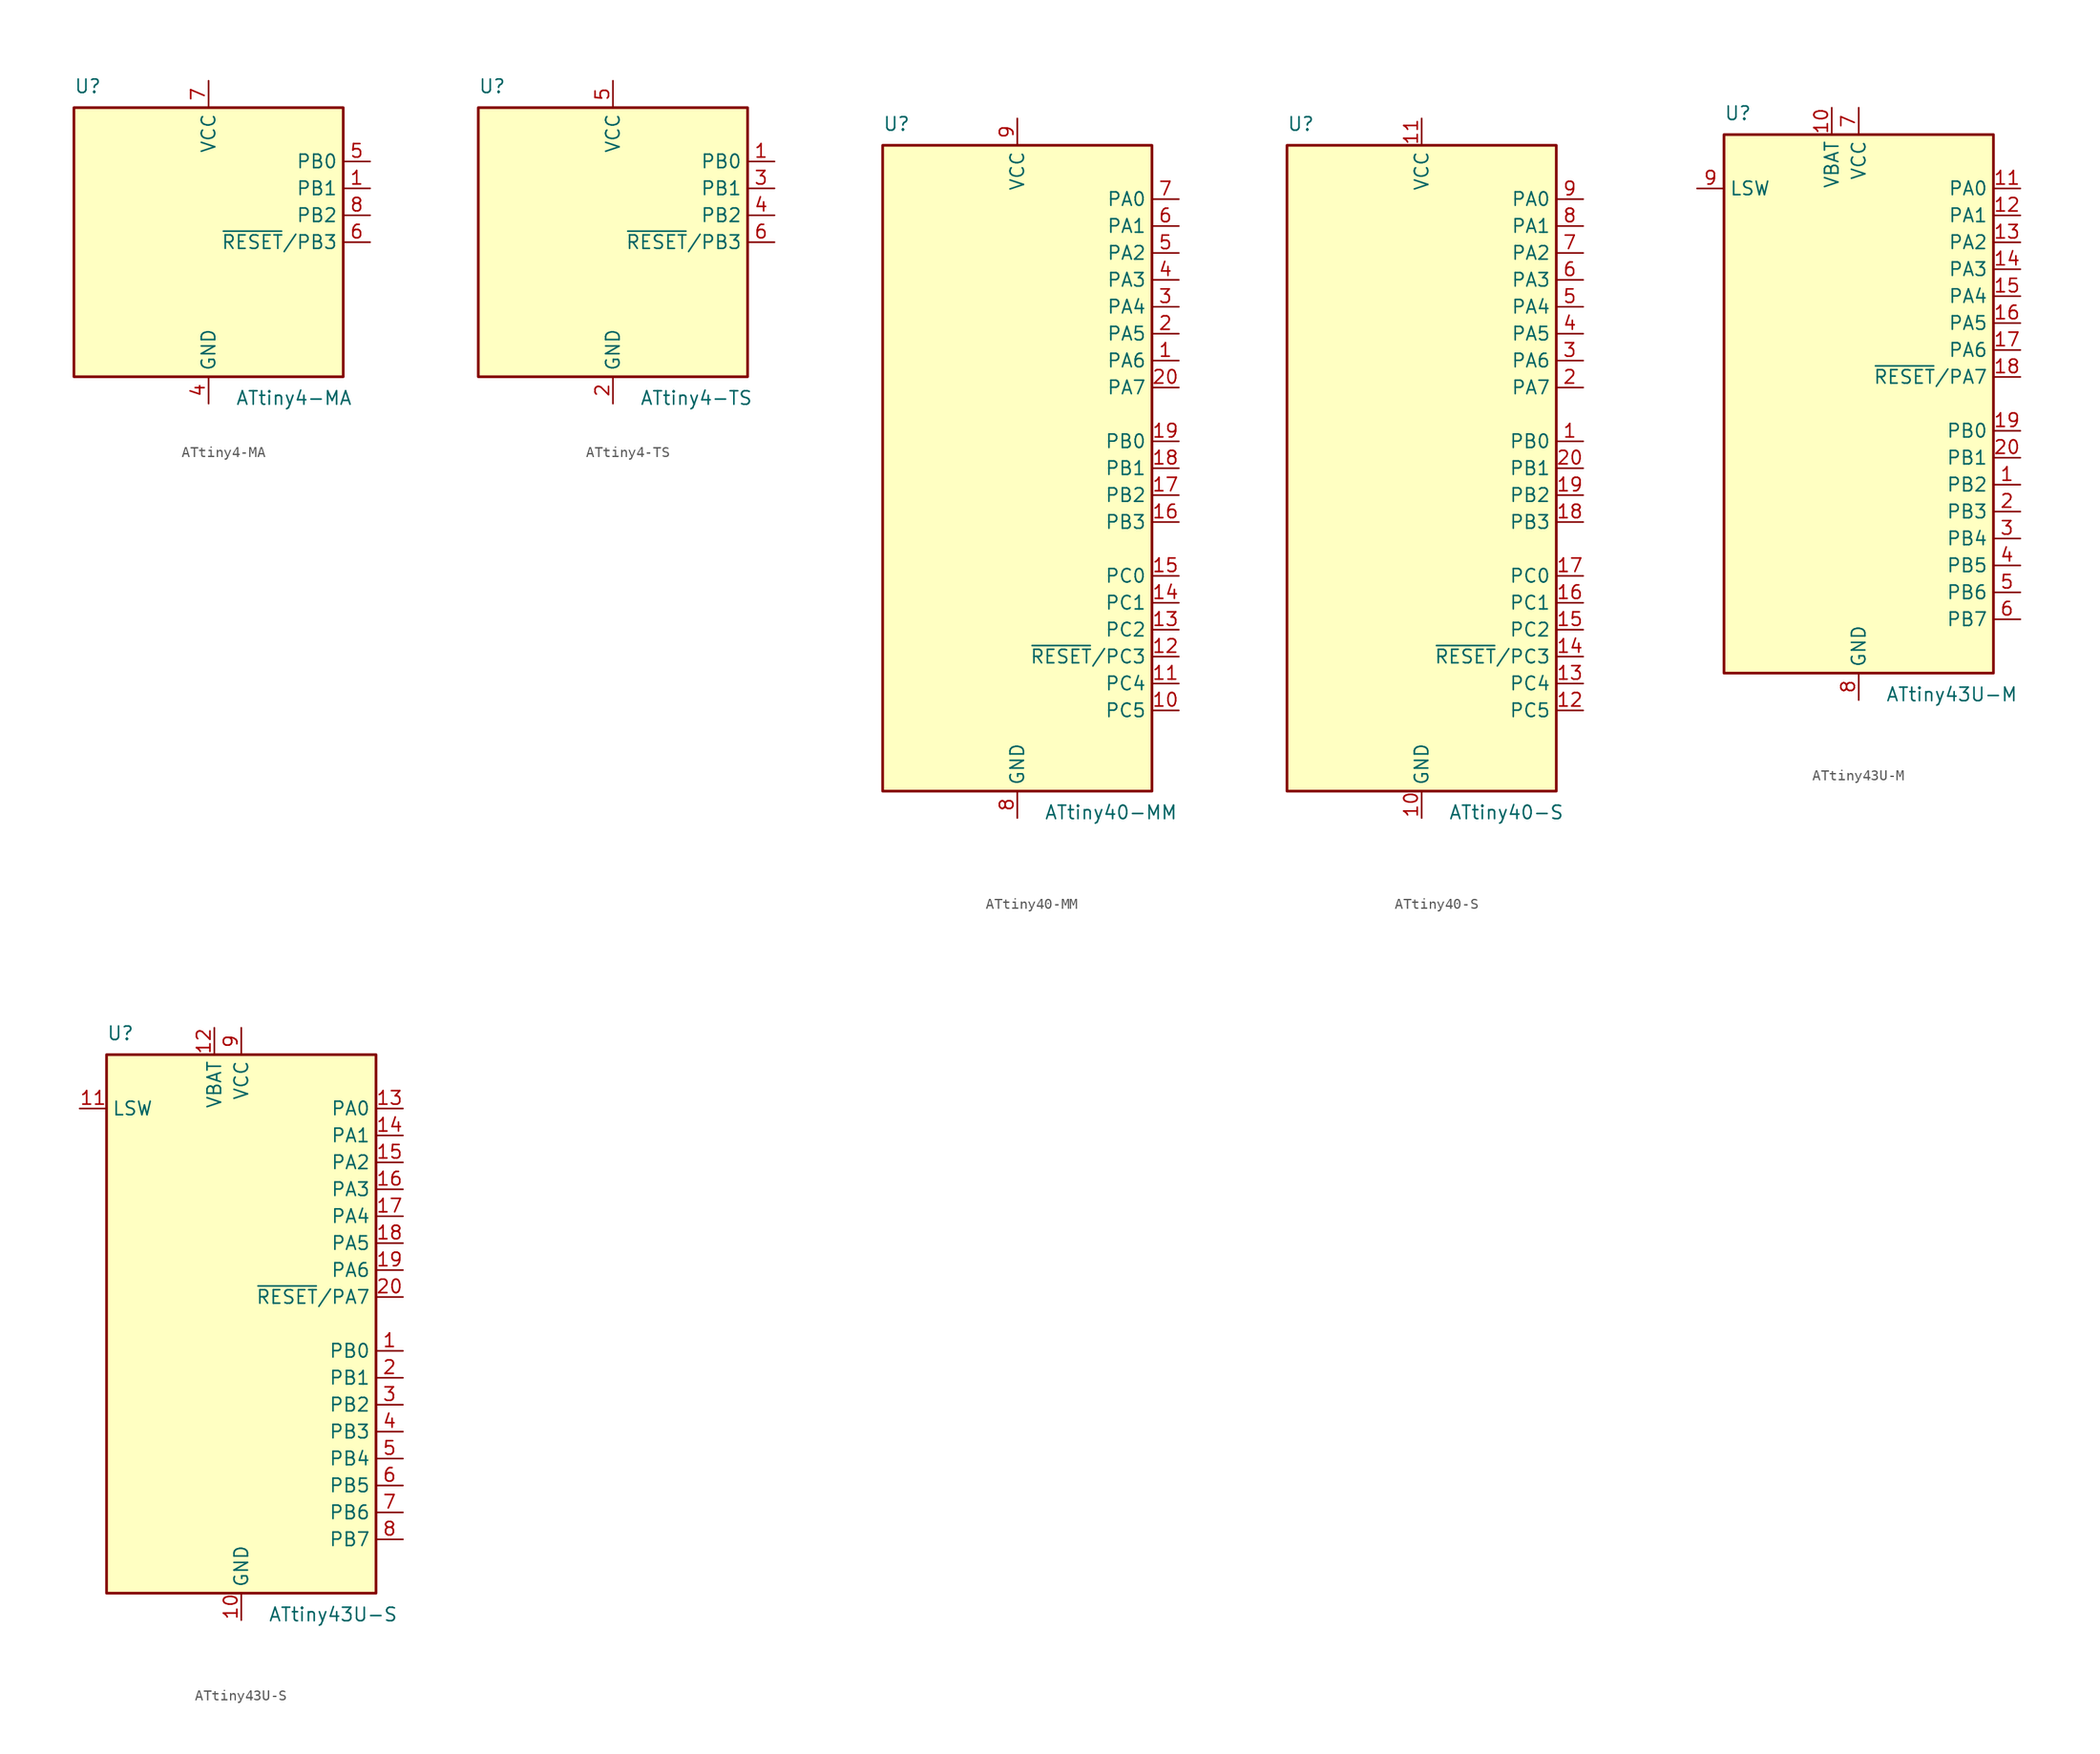
<source format=kicad_sym>
(kicad_symbol_lib
  (version 20241209)
  (generator "kicad_symbol_editor")
  (generator_version "9.0")
  (symbol "ATtiny4-MA"
    (property "Reference" "U"
      (at -12.7 13.97 0)
      (effects (font (size 1.27 1.27)) (justify left bottom)))
    (property "Value" "ATtiny4-MA"
      (at 2.54 -13.97 0)
      (effects (font (size 1.27 1.27)) (justify left top)))
    (symbol "ATtiny4-MA_0_1"
      (rectangle (start -12.7 -12.7) (end 12.7 12.7) (stroke (width 0.254) (type default)) (fill (type background))))
    (symbol "ATtiny4-MA_1_1"
      (pin no_connect line (at -12.7 7.62 0) (length 2.54) (hide yes) (name "NC" (effects (font (size 1.27 1.27)))) (number "2" (effects (font (size 1.27 1.27)))))
      (pin no_connect line (at -12.7 5.08 0) (length 2.54) (hide yes) (name "NC" (effects (font (size 1.27 1.27)))) (number "3" (effects (font (size 1.27 1.27)))))
      (pin power_in line (at 0 15.24 270) (length 2.54) (name "VCC" (effects (font (size 1.27 1.27)))) (number "7" (effects (font (size 1.27 1.27)))))
      (pin power_in line (at 0 -15.24 90) (length 2.54) (name "GND" (effects (font (size 1.27 1.27)))) (number "4" (effects (font (size 1.27 1.27)))))
      (pin bidirectional line (at 15.24 7.62 180) (length 2.54) (name "PB0" (effects (font (size 1.27 1.27)))) (number "5" (effects (font (size 1.27 1.27)))))
      (pin bidirectional line (at 15.24 5.08 180) (length 2.54) (name "PB1" (effects (font (size 1.27 1.27)))) (number "1" (effects (font (size 1.27 1.27)))))
      (pin bidirectional line (at 15.24 2.54 180) (length 2.54) (name "PB2" (effects (font (size 1.27 1.27)))) (number "8" (effects (font (size 1.27 1.27)))))
      (pin bidirectional line (at 15.24 0 180) (length 2.54) (name "~{RESET}/PB3" (effects (font (size 1.27 1.27)))) (number "6" (effects (font (size 1.27 1.27)))))))
  (symbol "ATtiny4-TS"
    (property "Reference" "U"
      (at -12.7 13.97 0)
      (effects (font (size 1.27 1.27)) (justify left bottom)))
    (property "Value" "ATtiny4-TS"
      (at 2.54 -13.97 0)
      (effects (font (size 1.27 1.27)) (justify left top)))
    (symbol "ATtiny4-TS_0_1"
      (rectangle (start -12.7 -12.7) (end 12.7 12.7) (stroke (width 0.254) (type default)) (fill (type background))))
    (symbol "ATtiny4-TS_1_1"
      (pin power_in line (at 0 15.24 270) (length 2.54) (name "VCC" (effects (font (size 1.27 1.27)))) (number "5" (effects (font (size 1.27 1.27)))))
      (pin power_in line (at 0 -15.24 90) (length 2.54) (name "GND" (effects (font (size 1.27 1.27)))) (number "2" (effects (font (size 1.27 1.27)))))
      (pin bidirectional line (at 15.24 7.62 180) (length 2.54) (name "PB0" (effects (font (size 1.27 1.27)))) (number "1" (effects (font (size 1.27 1.27)))))
      (pin bidirectional line (at 15.24 5.08 180) (length 2.54) (name "PB1" (effects (font (size 1.27 1.27)))) (number "3" (effects (font (size 1.27 1.27)))))
      (pin bidirectional line (at 15.24 2.54 180) (length 2.54) (name "PB2" (effects (font (size 1.27 1.27)))) (number "4" (effects (font (size 1.27 1.27)))))
      (pin bidirectional line (at 15.24 0 180) (length 2.54) (name "~{RESET}/PB3" (effects (font (size 1.27 1.27)))) (number "6" (effects (font (size 1.27 1.27)))))))
  (symbol "ATtiny40-MM"
    (property "Reference" "U"
      (at -12.7 31.75 0)
      (effects (font (size 1.27 1.27)) (justify left bottom)))
    (property "Value" "ATtiny40-MM"
      (at 2.54 -31.75 0)
      (effects (font (size 1.27 1.27)) (justify left top)))
    (symbol "ATtiny40-MM_0_1"
      (rectangle (start -12.7 -30.48) (end 12.7 30.48) (stroke (width 0.254) (type default)) (fill (type background))))
    (symbol "ATtiny40-MM_1_1"
      (pin power_in line (at 0 33.02 270) (length 2.54) (name "VCC" (effects (font (size 1.27 1.27)))) (number "9" (effects (font (size 1.27 1.27)))))
      (pin passive line (at 0 -33.02 90) (length 2.54) (hide yes) (name "GND" (effects (font (size 1.27 1.27)))) (number "21" (effects (font (size 1.27 1.27)))))
      (pin power_in line (at 0 -33.02 90) (length 2.54) (name "GND" (effects (font (size 1.27 1.27)))) (number "8" (effects (font (size 1.27 1.27)))))
      (pin bidirectional line (at 15.24 25.4 180) (length 2.54) (name "PA0" (effects (font (size 1.27 1.27)))) (number "7" (effects (font (size 1.27 1.27)))))
      (pin bidirectional line (at 15.24 22.86 180) (length 2.54) (name "PA1" (effects (font (size 1.27 1.27)))) (number "6" (effects (font (size 1.27 1.27)))))
      (pin bidirectional line (at 15.24 20.32 180) (length 2.54) (name "PA2" (effects (font (size 1.27 1.27)))) (number "5" (effects (font (size 1.27 1.27)))))
      (pin bidirectional line (at 15.24 17.78 180) (length 2.54) (name "PA3" (effects (font (size 1.27 1.27)))) (number "4" (effects (font (size 1.27 1.27)))))
      (pin bidirectional line (at 15.24 15.24 180) (length 2.54) (name "PA4" (effects (font (size 1.27 1.27)))) (number "3" (effects (font (size 1.27 1.27)))))
      (pin bidirectional line (at 15.24 12.7 180) (length 2.54) (name "PA5" (effects (font (size 1.27 1.27)))) (number "2" (effects (font (size 1.27 1.27)))))
      (pin bidirectional line (at 15.24 10.16 180) (length 2.54) (name "PA6" (effects (font (size 1.27 1.27)))) (number "1" (effects (font (size 1.27 1.27)))))
      (pin bidirectional line (at 15.24 7.62 180) (length 2.54) (name "PA7" (effects (font (size 1.27 1.27)))) (number "20" (effects (font (size 1.27 1.27)))))
      (pin bidirectional line (at 15.24 2.54 180) (length 2.54) (name "PB0" (effects (font (size 1.27 1.27)))) (number "19" (effects (font (size 1.27 1.27)))))
      (pin bidirectional line (at 15.24 0 180) (length 2.54) (name "PB1" (effects (font (size 1.27 1.27)))) (number "18" (effects (font (size 1.27 1.27)))))
      (pin bidirectional line (at 15.24 -2.54 180) (length 2.54) (name "PB2" (effects (font (size 1.27 1.27)))) (number "17" (effects (font (size 1.27 1.27)))))
      (pin bidirectional line (at 15.24 -5.08 180) (length 2.54) (name "PB3" (effects (font (size 1.27 1.27)))) (number "16" (effects (font (size 1.27 1.27)))))
      (pin bidirectional line (at 15.24 -10.16 180) (length 2.54) (name "PC0" (effects (font (size 1.27 1.27)))) (number "15" (effects (font (size 1.27 1.27)))))
      (pin bidirectional line (at 15.24 -12.7 180) (length 2.54) (name "PC1" (effects (font (size 1.27 1.27)))) (number "14" (effects (font (size 1.27 1.27)))))
      (pin bidirectional line (at 15.24 -15.24 180) (length 2.54) (name "PC2" (effects (font (size 1.27 1.27)))) (number "13" (effects (font (size 1.27 1.27)))))
      (pin bidirectional line (at 15.24 -17.78 180) (length 2.54) (name "~{RESET}/PC3" (effects (font (size 1.27 1.27)))) (number "12" (effects (font (size 1.27 1.27)))))
      (pin bidirectional line (at 15.24 -20.32 180) (length 2.54) (name "PC4" (effects (font (size 1.27 1.27)))) (number "11" (effects (font (size 1.27 1.27)))))
      (pin bidirectional line (at 15.24 -22.86 180) (length 2.54) (name "PC5" (effects (font (size 1.27 1.27)))) (number "10" (effects (font (size 1.27 1.27)))))))
  (symbol "ATtiny40-S"
    (property "Reference" "U"
      (at -12.7 31.75 0)
      (effects (font (size 1.27 1.27)) (justify left bottom)))
    (property "Value" "ATtiny40-S"
      (at 2.54 -31.75 0)
      (effects (font (size 1.27 1.27)) (justify left top)))
    (symbol "ATtiny40-S_0_1"
      (rectangle (start -12.7 -30.48) (end 12.7 30.48) (stroke (width 0.254) (type default)) (fill (type background))))
    (symbol "ATtiny40-S_1_1"
      (pin power_in line (at 0 33.02 270) (length 2.54) (name "VCC" (effects (font (size 1.27 1.27)))) (number "11" (effects (font (size 1.27 1.27)))))
      (pin power_in line (at 0 -33.02 90) (length 2.54) (name "GND" (effects (font (size 1.27 1.27)))) (number "10" (effects (font (size 1.27 1.27)))))
      (pin bidirectional line (at 15.24 25.4 180) (length 2.54) (name "PA0" (effects (font (size 1.27 1.27)))) (number "9" (effects (font (size 1.27 1.27)))))
      (pin bidirectional line (at 15.24 22.86 180) (length 2.54) (name "PA1" (effects (font (size 1.27 1.27)))) (number "8" (effects (font (size 1.27 1.27)))))
      (pin bidirectional line (at 15.24 20.32 180) (length 2.54) (name "PA2" (effects (font (size 1.27 1.27)))) (number "7" (effects (font (size 1.27 1.27)))))
      (pin bidirectional line (at 15.24 17.78 180) (length 2.54) (name "PA3" (effects (font (size 1.27 1.27)))) (number "6" (effects (font (size 1.27 1.27)))))
      (pin bidirectional line (at 15.24 15.24 180) (length 2.54) (name "PA4" (effects (font (size 1.27 1.27)))) (number "5" (effects (font (size 1.27 1.27)))))
      (pin bidirectional line (at 15.24 12.7 180) (length 2.54) (name "PA5" (effects (font (size 1.27 1.27)))) (number "4" (effects (font (size 1.27 1.27)))))
      (pin bidirectional line (at 15.24 10.16 180) (length 2.54) (name "PA6" (effects (font (size 1.27 1.27)))) (number "3" (effects (font (size 1.27 1.27)))))
      (pin bidirectional line (at 15.24 7.62 180) (length 2.54) (name "PA7" (effects (font (size 1.27 1.27)))) (number "2" (effects (font (size 1.27 1.27)))))
      (pin bidirectional line (at 15.24 2.54 180) (length 2.54) (name "PB0" (effects (font (size 1.27 1.27)))) (number "1" (effects (font (size 1.27 1.27)))))
      (pin bidirectional line (at 15.24 0 180) (length 2.54) (name "PB1" (effects (font (size 1.27 1.27)))) (number "20" (effects (font (size 1.27 1.27)))))
      (pin bidirectional line (at 15.24 -2.54 180) (length 2.54) (name "PB2" (effects (font (size 1.27 1.27)))) (number "19" (effects (font (size 1.27 1.27)))))
      (pin bidirectional line (at 15.24 -5.08 180) (length 2.54) (name "PB3" (effects (font (size 1.27 1.27)))) (number "18" (effects (font (size 1.27 1.27)))))
      (pin bidirectional line (at 15.24 -10.16 180) (length 2.54) (name "PC0" (effects (font (size 1.27 1.27)))) (number "17" (effects (font (size 1.27 1.27)))))
      (pin bidirectional line (at 15.24 -12.7 180) (length 2.54) (name "PC1" (effects (font (size 1.27 1.27)))) (number "16" (effects (font (size 1.27 1.27)))))
      (pin bidirectional line (at 15.24 -15.24 180) (length 2.54) (name "PC2" (effects (font (size 1.27 1.27)))) (number "15" (effects (font (size 1.27 1.27)))))
      (pin bidirectional line (at 15.24 -17.78 180) (length 2.54) (name "~{RESET}/PC3" (effects (font (size 1.27 1.27)))) (number "14" (effects (font (size 1.27 1.27)))))
      (pin bidirectional line (at 15.24 -20.32 180) (length 2.54) (name "PC4" (effects (font (size 1.27 1.27)))) (number "13" (effects (font (size 1.27 1.27)))))
      (pin bidirectional line (at 15.24 -22.86 180) (length 2.54) (name "PC5" (effects (font (size 1.27 1.27)))) (number "12" (effects (font (size 1.27 1.27)))))))
  (symbol "ATtiny43U-M"
    (property "Reference" "U"
      (at -12.7 26.67 0)
      (effects (font (size 1.27 1.27)) (justify left bottom)))
    (property "Value" "ATtiny43U-M"
      (at 2.54 -26.67 0)
      (effects (font (size 1.27 1.27)) (justify left top)))
    (symbol "ATtiny43U-M_0_1"
      (rectangle (start -12.7 -25.4) (end 12.7 25.4) (stroke (width 0.254) (type default)) (fill (type background))))
    (symbol "ATtiny43U-M_1_1"
      (pin passive line (at -15.24 20.32 0) (length 2.54) (name "LSW" (effects (font (size 1.27 1.27)))) (number "9" (effects (font (size 1.27 1.27)))))
      (pin power_in line (at -2.54 27.94 270) (length 2.54) (name "VBAT" (effects (font (size 1.27 1.27)))) (number "10" (effects (font (size 1.27 1.27)))))
      (pin power_in line (at 0 27.94 270) (length 2.54) (name "VCC" (effects (font (size 1.27 1.27)))) (number "7" (effects (font (size 1.27 1.27)))))
      (pin passive line (at 0 -27.94 90) (length 2.54) (hide yes) (name "GND" (effects (font (size 1.27 1.27)))) (number "21" (effects (font (size 1.27 1.27)))))
      (pin power_in line (at 0 -27.94 90) (length 2.54) (name "GND" (effects (font (size 1.27 1.27)))) (number "8" (effects (font (size 1.27 1.27)))))
      (pin bidirectional line (at 15.24 20.32 180) (length 2.54) (name "PA0" (effects (font (size 1.27 1.27)))) (number "11" (effects (font (size 1.27 1.27)))))
      (pin bidirectional line (at 15.24 17.78 180) (length 2.54) (name "PA1" (effects (font (size 1.27 1.27)))) (number "12" (effects (font (size 1.27 1.27)))))
      (pin bidirectional line (at 15.24 15.24 180) (length 2.54) (name "PA2" (effects (font (size 1.27 1.27)))) (number "13" (effects (font (size 1.27 1.27)))))
      (pin bidirectional line (at 15.24 12.7 180) (length 2.54) (name "PA3" (effects (font (size 1.27 1.27)))) (number "14" (effects (font (size 1.27 1.27)))))
      (pin bidirectional line (at 15.24 10.16 180) (length 2.54) (name "PA4" (effects (font (size 1.27 1.27)))) (number "15" (effects (font (size 1.27 1.27)))))
      (pin bidirectional line (at 15.24 7.62 180) (length 2.54) (name "PA5" (effects (font (size 1.27 1.27)))) (number "16" (effects (font (size 1.27 1.27)))))
      (pin bidirectional line (at 15.24 5.08 180) (length 2.54) (name "PA6" (effects (font (size 1.27 1.27)))) (number "17" (effects (font (size 1.27 1.27)))))
      (pin bidirectional line (at 15.24 2.54 180) (length 2.54) (name "~{RESET}/PA7" (effects (font (size 1.27 1.27)))) (number "18" (effects (font (size 1.27 1.27)))))
      (pin bidirectional line (at 15.24 -2.54 180) (length 2.54) (name "PB0" (effects (font (size 1.27 1.27)))) (number "19" (effects (font (size 1.27 1.27)))))
      (pin bidirectional line (at 15.24 -5.08 180) (length 2.54) (name "PB1" (effects (font (size 1.27 1.27)))) (number "20" (effects (font (size 1.27 1.27)))))
      (pin bidirectional line (at 15.24 -7.62 180) (length 2.54) (name "PB2" (effects (font (size 1.27 1.27)))) (number "1" (effects (font (size 1.27 1.27)))))
      (pin bidirectional line (at 15.24 -10.16 180) (length 2.54) (name "PB3" (effects (font (size 1.27 1.27)))) (number "2" (effects (font (size 1.27 1.27)))))
      (pin bidirectional line (at 15.24 -12.7 180) (length 2.54) (name "PB4" (effects (font (size 1.27 1.27)))) (number "3" (effects (font (size 1.27 1.27)))))
      (pin bidirectional line (at 15.24 -15.24 180) (length 2.54) (name "PB5" (effects (font (size 1.27 1.27)))) (number "4" (effects (font (size 1.27 1.27)))))
      (pin bidirectional line (at 15.24 -17.78 180) (length 2.54) (name "PB6" (effects (font (size 1.27 1.27)))) (number "5" (effects (font (size 1.27 1.27)))))
      (pin bidirectional line (at 15.24 -20.32 180) (length 2.54) (name "PB7" (effects (font (size 1.27 1.27)))) (number "6" (effects (font (size 1.27 1.27)))))))
  (symbol "ATtiny43U-S"
    (property "Reference" "U"
      (at -12.7 26.67 0)
      (effects (font (size 1.27 1.27)) (justify left bottom)))
    (property "Value" "ATtiny43U-S"
      (at 2.54 -26.67 0)
      (effects (font (size 1.27 1.27)) (justify left top)))
    (symbol "ATtiny43U-S_0_1"
      (rectangle (start -12.7 -25.4) (end 12.7 25.4) (stroke (width 0.254) (type default)) (fill (type background))))
    (symbol "ATtiny43U-S_1_1"
      (pin passive line (at -15.24 20.32 0) (length 2.54) (name "LSW" (effects (font (size 1.27 1.27)))) (number "11" (effects (font (size 1.27 1.27)))))
      (pin power_in line (at -2.54 27.94 270) (length 2.54) (name "VBAT" (effects (font (size 1.27 1.27)))) (number "12" (effects (font (size 1.27 1.27)))))
      (pin power_in line (at 0 27.94 270) (length 2.54) (name "VCC" (effects (font (size 1.27 1.27)))) (number "9" (effects (font (size 1.27 1.27)))))
      (pin power_in line (at 0 -27.94 90) (length 2.54) (name "GND" (effects (font (size 1.27 1.27)))) (number "10" (effects (font (size 1.27 1.27)))))
      (pin bidirectional line (at 15.24 20.32 180) (length 2.54) (name "PA0" (effects (font (size 1.27 1.27)))) (number "13" (effects (font (size 1.27 1.27)))))
      (pin bidirectional line (at 15.24 17.78 180) (length 2.54) (name "PA1" (effects (font (size 1.27 1.27)))) (number "14" (effects (font (size 1.27 1.27)))))
      (pin bidirectional line (at 15.24 15.24 180) (length 2.54) (name "PA2" (effects (font (size 1.27 1.27)))) (number "15" (effects (font (size 1.27 1.27)))))
      (pin bidirectional line (at 15.24 12.7 180) (length 2.54) (name "PA3" (effects (font (size 1.27 1.27)))) (number "16" (effects (font (size 1.27 1.27)))))
      (pin bidirectional line (at 15.24 10.16 180) (length 2.54) (name "PA4" (effects (font (size 1.27 1.27)))) (number "17" (effects (font (size 1.27 1.27)))))
      (pin bidirectional line (at 15.24 7.62 180) (length 2.54) (name "PA5" (effects (font (size 1.27 1.27)))) (number "18" (effects (font (size 1.27 1.27)))))
      (pin bidirectional line (at 15.24 5.08 180) (length 2.54) (name "PA6" (effects (font (size 1.27 1.27)))) (number "19" (effects (font (size 1.27 1.27)))))
      (pin bidirectional line (at 15.24 2.54 180) (length 2.54) (name "~{RESET}/PA7" (effects (font (size 1.27 1.27)))) (number "20" (effects (font (size 1.27 1.27)))))
      (pin bidirectional line (at 15.24 -2.54 180) (length 2.54) (name "PB0" (effects (font (size 1.27 1.27)))) (number "1" (effects (font (size 1.27 1.27)))))
      (pin bidirectional line (at 15.24 -5.08 180) (length 2.54) (name "PB1" (effects (font (size 1.27 1.27)))) (number "2" (effects (font (size 1.27 1.27)))))
      (pin bidirectional line (at 15.24 -7.62 180) (length 2.54) (name "PB2" (effects (font (size 1.27 1.27)))) (number "3" (effects (font (size 1.27 1.27)))))
      (pin bidirectional line (at 15.24 -10.16 180) (length 2.54) (name "PB3" (effects (font (size 1.27 1.27)))) (number "4" (effects (font (size 1.27 1.27)))))
      (pin bidirectional line (at 15.24 -12.7 180) (length 2.54) (name "PB4" (effects (font (size 1.27 1.27)))) (number "5" (effects (font (size 1.27 1.27)))))
      (pin bidirectional line (at 15.24 -15.24 180) (length 2.54) (name "PB5" (effects (font (size 1.27 1.27)))) (number "6" (effects (font (size 1.27 1.27)))))
      (pin bidirectional line (at 15.24 -17.78 180) (length 2.54) (name "PB6" (effects (font (size 1.27 1.27)))) (number "7" (effects (font (size 1.27 1.27)))))
      (pin bidirectional line (at 15.24 -20.32 180) (length 2.54) (name "PB7" (effects (font (size 1.27 1.27)))) (number "8" (effects (font (size 1.27 1.27))))))))
</source>
